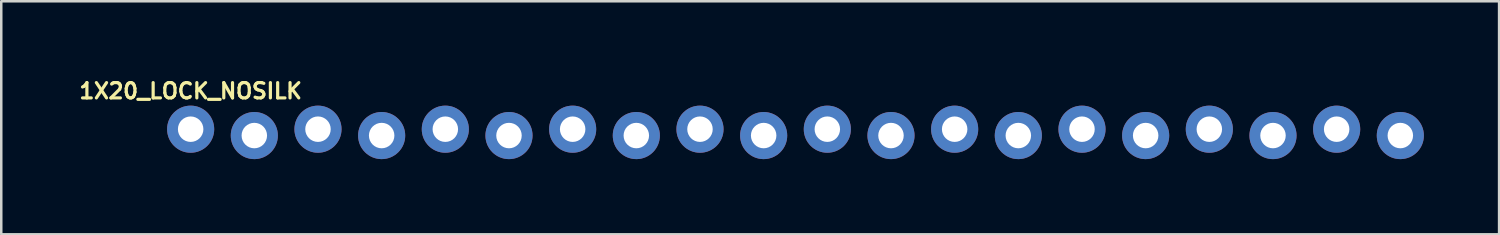
<source format=kicad_pcb>
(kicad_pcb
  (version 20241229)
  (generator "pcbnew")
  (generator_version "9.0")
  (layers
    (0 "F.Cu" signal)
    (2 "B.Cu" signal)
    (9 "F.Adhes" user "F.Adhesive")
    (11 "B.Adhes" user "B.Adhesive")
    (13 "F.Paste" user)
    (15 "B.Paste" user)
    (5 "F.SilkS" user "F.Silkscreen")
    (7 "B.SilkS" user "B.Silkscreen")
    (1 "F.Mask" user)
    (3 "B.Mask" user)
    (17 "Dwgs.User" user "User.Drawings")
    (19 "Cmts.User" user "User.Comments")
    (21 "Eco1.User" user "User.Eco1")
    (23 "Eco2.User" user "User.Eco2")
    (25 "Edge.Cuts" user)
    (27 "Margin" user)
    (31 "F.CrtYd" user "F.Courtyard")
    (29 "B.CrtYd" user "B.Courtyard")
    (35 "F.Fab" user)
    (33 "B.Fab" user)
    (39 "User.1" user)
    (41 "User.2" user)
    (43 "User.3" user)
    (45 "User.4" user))
  (footprint "1X20_LOCK_NOSILK"
    (layer "F.Cu")
    (at 4.556 2.231)
    (property "Reference" "1X20_LOCK_NOSILK" (at 0 -1.651 0) (layer "F.SilkS") (effects (font (size 0.61 0.61) (thickness 0.127))))
    (attr exclude_from_pos_files exclude_from_bom)
    (pad "1" thru_hole circle (at 0 -0.127) (size 1.88 1.88) (drill 1.016) (layers "*.Cu" "*.Paste" "*.Mask"))
    (pad "2" thru_hole circle (at 2.54 0.127) (size 1.88 1.88) (drill 1.016) (layers "*.Cu" "*.Paste" "*.Mask"))
    (pad "3" thru_hole circle (at 5.08 -0.127) (size 1.88 1.88) (drill 1.016) (layers "*.Cu" "*.Paste" "*.Mask"))
    (pad "4" thru_hole circle (at 7.62 0.127) (size 1.88 1.88) (drill 1.016) (layers "*.Cu" "*.Paste" "*.Mask"))
    (pad "5" thru_hole circle (at 10.16 -0.127) (size 1.88 1.88) (drill 1.016) (layers "*.Cu" "*.Paste" "*.Mask"))
    (pad "6" thru_hole circle (at 12.7 0.127) (size 1.88 1.88) (drill 1.016) (layers "*.Cu" "*.Paste" "*.Mask"))
    (pad "7" thru_hole circle (at 15.24 -0.127) (size 1.88 1.88) (drill 1.016) (layers "*.Cu" "*.Paste" "*.Mask"))
    (pad "8" thru_hole circle (at 17.78 0.127) (size 1.88 1.88) (drill 1.016) (layers "*.Cu" "*.Paste" "*.Mask"))
    (pad "9" thru_hole circle (at 20.32 -0.127) (size 1.88 1.88) (drill 1.016) (layers "*.Cu" "*.Paste" "*.Mask"))
    (pad "10" thru_hole circle (at 22.86 0.127) (size 1.88 1.88) (drill 1.016) (layers "*.Cu" "*.Paste" "*.Mask"))
    (pad "11" thru_hole circle (at 25.4 -0.127) (size 1.88 1.88) (drill 1.016) (layers "*.Cu" "*.Paste" "*.Mask"))
    (pad "12" thru_hole circle (at 27.94 0.127) (size 1.88 1.88) (drill 1.016) (layers "*.Cu" "*.Paste" "*.Mask"))
    (pad "13" thru_hole circle (at 30.48 -0.127) (size 1.88 1.88) (drill 1.016) (layers "*.Cu" "*.Paste" "*.Mask"))
    (pad "14" thru_hole circle (at 33.02 0.127) (size 1.88 1.88) (drill 1.016) (layers "*.Cu" "*.Paste" "*.Mask"))
    (pad "15" thru_hole circle (at 35.56 -0.127) (size 1.88 1.88) (drill 1.016) (layers "*.Cu" "*.Paste" "*.Mask"))
    (pad "16" thru_hole circle (at 38.1 0.127) (size 1.88 1.88) (drill 1.016) (layers "*.Cu" "*.Paste" "*.Mask"))
    (pad "17" thru_hole circle (at 40.64 -0.127) (size 1.88 1.88) (drill 1.016) (layers "*.Cu" "*.Paste" "*.Mask"))
    (pad "18" thru_hole circle (at 43.18 0.127) (size 1.88 1.88) (drill 1.016) (layers "*.Cu" "*.Paste" "*.Mask"))
    (pad "19" thru_hole circle (at 45.72 -0.127) (size 1.88 1.88) (drill 1.016) (layers "*.Cu" "*.Paste" "*.Mask"))
    (pad "20" thru_hole circle (at 48.26 0.127) (size 1.88 1.88) (drill 1.016) (layers "*.Cu" "*.Paste" "*.Mask")))
  (gr_rect
    (start -3 -3)
    (end 56.756 6.297)
    (stroke (width 0.1) (type default))
    (fill no)
    (layer "Edge.Cuts")))
</source>
